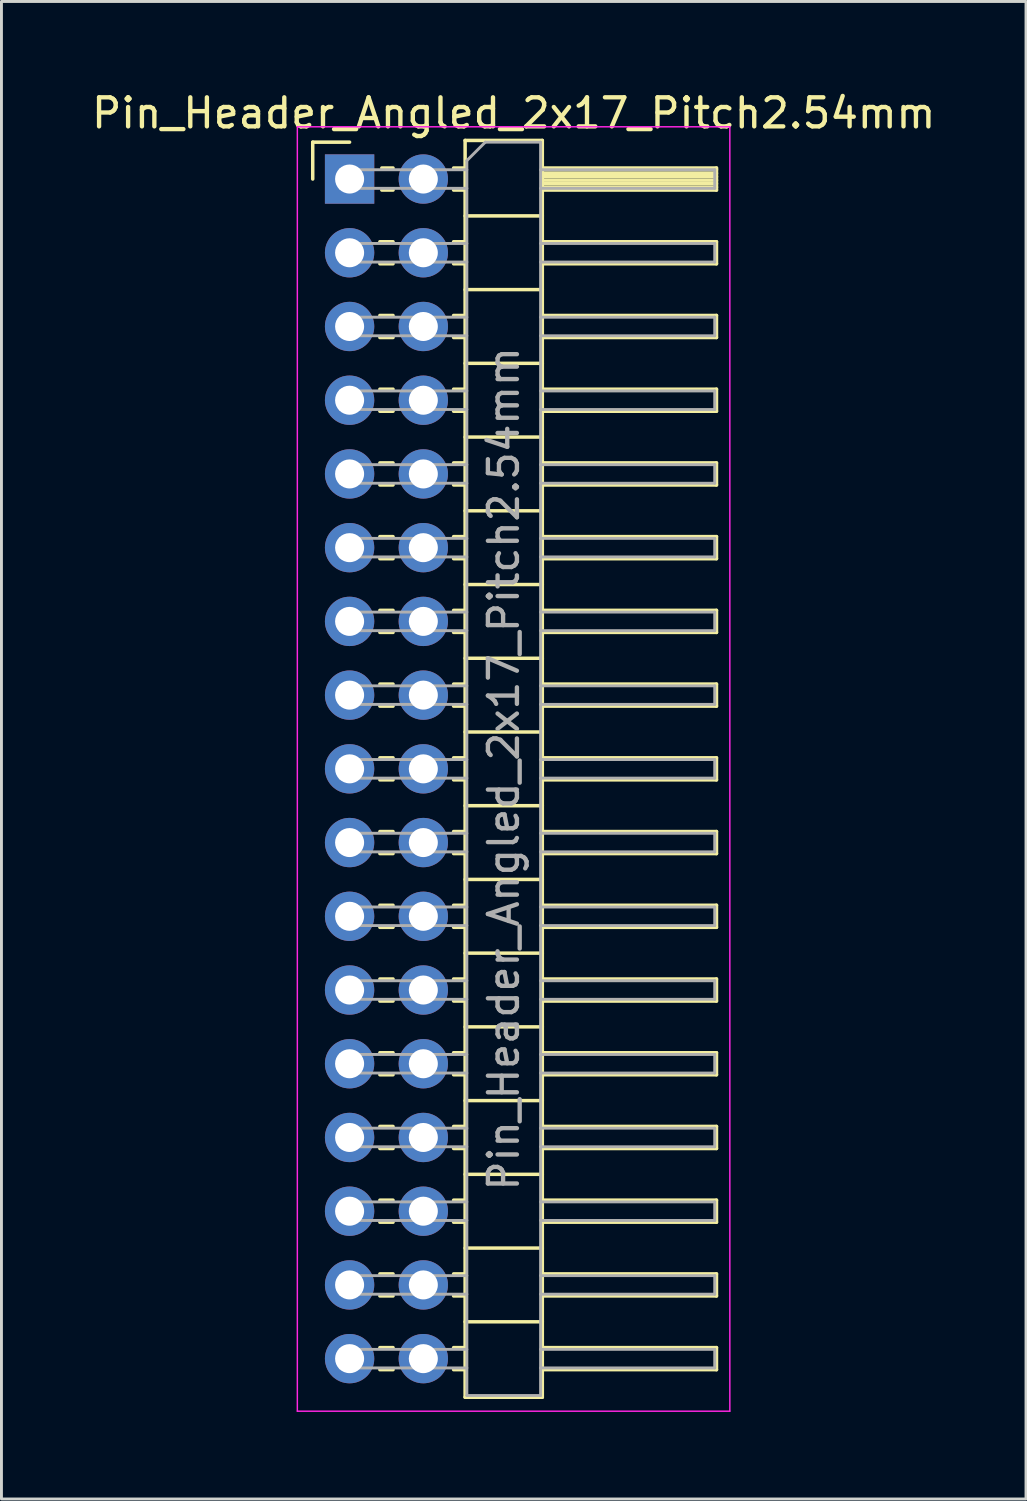
<source format=kicad_pcb>
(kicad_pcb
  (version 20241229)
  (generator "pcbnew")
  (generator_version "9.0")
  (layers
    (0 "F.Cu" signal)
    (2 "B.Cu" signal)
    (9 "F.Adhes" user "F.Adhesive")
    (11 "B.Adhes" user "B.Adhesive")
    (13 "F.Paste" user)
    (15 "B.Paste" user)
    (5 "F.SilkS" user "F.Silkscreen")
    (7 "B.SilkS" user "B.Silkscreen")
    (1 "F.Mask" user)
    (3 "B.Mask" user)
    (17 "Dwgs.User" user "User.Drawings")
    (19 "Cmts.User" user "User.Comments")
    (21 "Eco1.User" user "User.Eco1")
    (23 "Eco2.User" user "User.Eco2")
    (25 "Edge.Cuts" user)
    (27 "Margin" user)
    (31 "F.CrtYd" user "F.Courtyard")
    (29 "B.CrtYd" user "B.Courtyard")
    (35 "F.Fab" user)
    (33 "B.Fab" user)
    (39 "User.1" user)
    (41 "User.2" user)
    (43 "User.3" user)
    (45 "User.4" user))
  (footprint "Pin_Header_Angled_2x17_Pitch2.54mm"
    (layer "F.Cu")
    (at 8.994 3.118)
    (property "Reference" "Pin_Header_Angled_2x17_Pitch2.54mm" (at 5.655 -2.27 0) (layer "F.SilkS") (effects (font (size 1 1) (thickness 0.15))))
    (attr through_hole)
    (fp_line (start -1.27 -1.27) (end 0 -1.27) (stroke (width 0.12) (type solid)) (layer "F.SilkS"))
    (fp_line (start -1.27 0) (end -1.27 -1.27) (stroke (width 0.12) (type solid)) (layer "F.SilkS"))
    (fp_line (start 1.043 2.16) (end 1.497 2.16) (stroke (width 0.12) (type solid)) (layer "F.SilkS"))
    (fp_line (start 1.043 2.92) (end 1.497 2.92) (stroke (width 0.12) (type solid)) (layer "F.SilkS"))
    (fp_line (start 1.043 4.7) (end 1.497 4.7) (stroke (width 0.12) (type solid)) (layer "F.SilkS"))
    (fp_line (start 1.043 5.46) (end 1.497 5.46) (stroke (width 0.12) (type solid)) (layer "F.SilkS"))
    (fp_line (start 1.043 7.24) (end 1.497 7.24) (stroke (width 0.12) (type solid)) (layer "F.SilkS"))
    (fp_line (start 1.043 8) (end 1.497 8) (stroke (width 0.12) (type solid)) (layer "F.SilkS"))
    (fp_line (start 1.043 9.78) (end 1.497 9.78) (stroke (width 0.12) (type solid)) (layer "F.SilkS"))
    (fp_line (start 1.043 10.54) (end 1.497 10.54) (stroke (width 0.12) (type solid)) (layer "F.SilkS"))
    (fp_line (start 1.043 12.32) (end 1.497 12.32) (stroke (width 0.12) (type solid)) (layer "F.SilkS"))
    (fp_line (start 1.043 13.08) (end 1.497 13.08) (stroke (width 0.12) (type solid)) (layer "F.SilkS"))
    (fp_line (start 1.043 14.86) (end 1.497 14.86) (stroke (width 0.12) (type solid)) (layer "F.SilkS"))
    (fp_line (start 1.043 15.62) (end 1.497 15.62) (stroke (width 0.12) (type solid)) (layer "F.SilkS"))
    (fp_line (start 1.043 17.4) (end 1.497 17.4) (stroke (width 0.12) (type solid)) (layer "F.SilkS"))
    (fp_line (start 1.043 18.16) (end 1.497 18.16) (stroke (width 0.12) (type solid)) (layer "F.SilkS"))
    (fp_line (start 1.043 19.94) (end 1.497 19.94) (stroke (width 0.12) (type solid)) (layer "F.SilkS"))
    (fp_line (start 1.043 20.7) (end 1.497 20.7) (stroke (width 0.12) (type solid)) (layer "F.SilkS"))
    (fp_line (start 1.043 22.48) (end 1.497 22.48) (stroke (width 0.12) (type solid)) (layer "F.SilkS"))
    (fp_line (start 1.043 23.24) (end 1.497 23.24) (stroke (width 0.12) (type solid)) (layer "F.SilkS"))
    (fp_line (start 1.043 25.02) (end 1.497 25.02) (stroke (width 0.12) (type solid)) (layer "F.SilkS"))
    (fp_line (start 1.043 25.78) (end 1.497 25.78) (stroke (width 0.12) (type solid)) (layer "F.SilkS"))
    (fp_line (start 1.043 27.56) (end 1.497 27.56) (stroke (width 0.12) (type solid)) (layer "F.SilkS"))
    (fp_line (start 1.043 28.32) (end 1.497 28.32) (stroke (width 0.12) (type solid)) (layer "F.SilkS"))
    (fp_line (start 1.043 30.1) (end 1.497 30.1) (stroke (width 0.12) (type solid)) (layer "F.SilkS"))
    (fp_line (start 1.043 30.86) (end 1.497 30.86) (stroke (width 0.12) (type solid)) (layer "F.SilkS"))
    (fp_line (start 1.043 32.64) (end 1.497 32.64) (stroke (width 0.12) (type solid)) (layer "F.SilkS"))
    (fp_line (start 1.043 33.4) (end 1.497 33.4) (stroke (width 0.12) (type solid)) (layer "F.SilkS"))
    (fp_line (start 1.043 35.18) (end 1.497 35.18) (stroke (width 0.12) (type solid)) (layer "F.SilkS"))
    (fp_line (start 1.043 35.94) (end 1.497 35.94) (stroke (width 0.12) (type solid)) (layer "F.SilkS"))
    (fp_line (start 1.043 37.72) (end 1.497 37.72) (stroke (width 0.12) (type solid)) (layer "F.SilkS"))
    (fp_line (start 1.043 38.48) (end 1.497 38.48) (stroke (width 0.12) (type solid)) (layer "F.SilkS"))
    (fp_line (start 1.043 40.26) (end 1.497 40.26) (stroke (width 0.12) (type solid)) (layer "F.SilkS"))
    (fp_line (start 1.043 41.02) (end 1.497 41.02) (stroke (width 0.12) (type solid)) (layer "F.SilkS"))
    (fp_line (start 1.11 -0.38) (end 1.497 -0.38) (stroke (width 0.12) (type solid)) (layer "F.SilkS"))
    (fp_line (start 1.11 0.38) (end 1.497 0.38) (stroke (width 0.12) (type solid)) (layer "F.SilkS"))
    (fp_line (start 3.583 -0.38) (end 3.98 -0.38) (stroke (width 0.12) (type solid)) (layer "F.SilkS"))
    (fp_line (start 3.583 0.38) (end 3.98 0.38) (stroke (width 0.12) (type solid)) (layer "F.SilkS"))
    (fp_line (start 3.583 2.16) (end 3.98 2.16) (stroke (width 0.12) (type solid)) (layer "F.SilkS"))
    (fp_line (start 3.583 2.92) (end 3.98 2.92) (stroke (width 0.12) (type solid)) (layer "F.SilkS"))
    (fp_line (start 3.583 4.7) (end 3.98 4.7) (stroke (width 0.12) (type solid)) (layer "F.SilkS"))
    (fp_line (start 3.583 5.46) (end 3.98 5.46) (stroke (width 0.12) (type solid)) (layer "F.SilkS"))
    (fp_line (start 3.583 7.24) (end 3.98 7.24) (stroke (width 0.12) (type solid)) (layer "F.SilkS"))
    (fp_line (start 3.583 8) (end 3.98 8) (stroke (width 0.12) (type solid)) (layer "F.SilkS"))
    (fp_line (start 3.583 9.78) (end 3.98 9.78) (stroke (width 0.12) (type solid)) (layer "F.SilkS"))
    (fp_line (start 3.583 10.54) (end 3.98 10.54) (stroke (width 0.12) (type solid)) (layer "F.SilkS"))
    (fp_line (start 3.583 12.32) (end 3.98 12.32) (stroke (width 0.12) (type solid)) (layer "F.SilkS"))
    (fp_line (start 3.583 13.08) (end 3.98 13.08) (stroke (width 0.12) (type solid)) (layer "F.SilkS"))
    (fp_line (start 3.583 14.86) (end 3.98 14.86) (stroke (width 0.12) (type solid)) (layer "F.SilkS"))
    (fp_line (start 3.583 15.62) (end 3.98 15.62) (stroke (width 0.12) (type solid)) (layer "F.SilkS"))
    (fp_line (start 3.583 17.4) (end 3.98 17.4) (stroke (width 0.12) (type solid)) (layer "F.SilkS"))
    (fp_line (start 3.583 18.16) (end 3.98 18.16) (stroke (width 0.12) (type solid)) (layer "F.SilkS"))
    (fp_line (start 3.583 19.94) (end 3.98 19.94) (stroke (width 0.12) (type solid)) (layer "F.SilkS"))
    (fp_line (start 3.583 20.7) (end 3.98 20.7) (stroke (width 0.12) (type solid)) (layer "F.SilkS"))
    (fp_line (start 3.583 22.48) (end 3.98 22.48) (stroke (width 0.12) (type solid)) (layer "F.SilkS"))
    (fp_line (start 3.583 23.24) (end 3.98 23.24) (stroke (width 0.12) (type solid)) (layer "F.SilkS"))
    (fp_line (start 3.583 25.02) (end 3.98 25.02) (stroke (width 0.12) (type solid)) (layer "F.SilkS"))
    (fp_line (start 3.583 25.78) (end 3.98 25.78) (stroke (width 0.12) (type solid)) (layer "F.SilkS"))
    (fp_line (start 3.583 27.56) (end 3.98 27.56) (stroke (width 0.12) (type solid)) (layer "F.SilkS"))
    (fp_line (start 3.583 28.32) (end 3.98 28.32) (stroke (width 0.12) (type solid)) (layer "F.SilkS"))
    (fp_line (start 3.583 30.1) (end 3.98 30.1) (stroke (width 0.12) (type solid)) (layer "F.SilkS"))
    (fp_line (start 3.583 30.86) (end 3.98 30.86) (stroke (width 0.12) (type solid)) (layer "F.SilkS"))
    (fp_line (start 3.583 32.64) (end 3.98 32.64) (stroke (width 0.12) (type solid)) (layer "F.SilkS"))
    (fp_line (start 3.583 33.4) (end 3.98 33.4) (stroke (width 0.12) (type solid)) (layer "F.SilkS"))
    (fp_line (start 3.583 35.18) (end 3.98 35.18) (stroke (width 0.12) (type solid)) (layer "F.SilkS"))
    (fp_line (start 3.583 35.94) (end 3.98 35.94) (stroke (width 0.12) (type solid)) (layer "F.SilkS"))
    (fp_line (start 3.583 37.72) (end 3.98 37.72) (stroke (width 0.12) (type solid)) (layer "F.SilkS"))
    (fp_line (start 3.583 38.48) (end 3.98 38.48) (stroke (width 0.12) (type solid)) (layer "F.SilkS"))
    (fp_line (start 3.583 40.26) (end 3.98 40.26) (stroke (width 0.12) (type solid)) (layer "F.SilkS"))
    (fp_line (start 3.583 41.02) (end 3.98 41.02) (stroke (width 0.12) (type solid)) (layer "F.SilkS"))
    (fp_line (start 3.98 -1.33) (end 3.98 41.97) (stroke (width 0.12) (type solid)) (layer "F.SilkS"))
    (fp_line (start 3.98 1.27) (end 6.64 1.27) (stroke (width 0.12) (type solid)) (layer "F.SilkS"))
    (fp_line (start 3.98 3.81) (end 6.64 3.81) (stroke (width 0.12) (type solid)) (layer "F.SilkS"))
    (fp_line (start 3.98 6.35) (end 6.64 6.35) (stroke (width 0.12) (type solid)) (layer "F.SilkS"))
    (fp_line (start 3.98 8.89) (end 6.64 8.89) (stroke (width 0.12) (type solid)) (layer "F.SilkS"))
    (fp_line (start 3.98 11.43) (end 6.64 11.43) (stroke (width 0.12) (type solid)) (layer "F.SilkS"))
    (fp_line (start 3.98 13.97) (end 6.64 13.97) (stroke (width 0.12) (type solid)) (layer "F.SilkS"))
    (fp_line (start 3.98 16.51) (end 6.64 16.51) (stroke (width 0.12) (type solid)) (layer "F.SilkS"))
    (fp_line (start 3.98 19.05) (end 6.64 19.05) (stroke (width 0.12) (type solid)) (layer "F.SilkS"))
    (fp_line (start 3.98 21.59) (end 6.64 21.59) (stroke (width 0.12) (type solid)) (layer "F.SilkS"))
    (fp_line (start 3.98 24.13) (end 6.64 24.13) (stroke (width 0.12) (type solid)) (layer "F.SilkS"))
    (fp_line (start 3.98 26.67) (end 6.64 26.67) (stroke (width 0.12) (type solid)) (layer "F.SilkS"))
    (fp_line (start 3.98 29.21) (end 6.64 29.21) (stroke (width 0.12) (type solid)) (layer "F.SilkS"))
    (fp_line (start 3.98 31.75) (end 6.64 31.75) (stroke (width 0.12) (type solid)) (layer "F.SilkS"))
    (fp_line (start 3.98 34.29) (end 6.64 34.29) (stroke (width 0.12) (type solid)) (layer "F.SilkS"))
    (fp_line (start 3.98 36.83) (end 6.64 36.83) (stroke (width 0.12) (type solid)) (layer "F.SilkS"))
    (fp_line (start 3.98 39.37) (end 6.64 39.37) (stroke (width 0.12) (type solid)) (layer "F.SilkS"))
    (fp_line (start 3.98 41.97) (end 6.64 41.97) (stroke (width 0.12) (type solid)) (layer "F.SilkS"))
    (fp_line (start 6.64 -1.33) (end 3.98 -1.33) (stroke (width 0.12) (type solid)) (layer "F.SilkS"))
    (fp_line (start 6.64 -0.38) (end 12.64 -0.38) (stroke (width 0.12) (type solid)) (layer "F.SilkS"))
    (fp_line (start 6.64 -0.32) (end 12.64 -0.32) (stroke (width 0.12) (type solid)) (layer "F.SilkS"))
    (fp_line (start 6.64 -0.2) (end 12.64 -0.2) (stroke (width 0.12) (type solid)) (layer "F.SilkS"))
    (fp_line (start 6.64 -0.08) (end 12.64 -0.08) (stroke (width 0.12) (type solid)) (layer "F.SilkS"))
    (fp_line (start 6.64 0.04) (end 12.64 0.04) (stroke (width 0.12) (type solid)) (layer "F.SilkS"))
    (fp_line (start 6.64 0.16) (end 12.64 0.16) (stroke (width 0.12) (type solid)) (layer "F.SilkS"))
    (fp_line (start 6.64 0.28) (end 12.64 0.28) (stroke (width 0.12) (type solid)) (layer "F.SilkS"))
    (fp_line (start 6.64 2.16) (end 12.64 2.16) (stroke (width 0.12) (type solid)) (layer "F.SilkS"))
    (fp_line (start 6.64 4.7) (end 12.64 4.7) (stroke (width 0.12) (type solid)) (layer "F.SilkS"))
    (fp_line (start 6.64 7.24) (end 12.64 7.24) (stroke (width 0.12) (type solid)) (layer "F.SilkS"))
    (fp_line (start 6.64 9.78) (end 12.64 9.78) (stroke (width 0.12) (type solid)) (layer "F.SilkS"))
    (fp_line (start 6.64 12.32) (end 12.64 12.32) (stroke (width 0.12) (type solid)) (layer "F.SilkS"))
    (fp_line (start 6.64 14.86) (end 12.64 14.86) (stroke (width 0.12) (type solid)) (layer "F.SilkS"))
    (fp_line (start 6.64 17.4) (end 12.64 17.4) (stroke (width 0.12) (type solid)) (layer "F.SilkS"))
    (fp_line (start 6.64 19.94) (end 12.64 19.94) (stroke (width 0.12) (type solid)) (layer "F.SilkS"))
    (fp_line (start 6.64 22.48) (end 12.64 22.48) (stroke (width 0.12) (type solid)) (layer "F.SilkS"))
    (fp_line (start 6.64 25.02) (end 12.64 25.02) (stroke (width 0.12) (type solid)) (layer "F.SilkS"))
    (fp_line (start 6.64 27.56) (end 12.64 27.56) (stroke (width 0.12) (type solid)) (layer "F.SilkS"))
    (fp_line (start 6.64 30.1) (end 12.64 30.1) (stroke (width 0.12) (type solid)) (layer "F.SilkS"))
    (fp_line (start 6.64 32.64) (end 12.64 32.64) (stroke (width 0.12) (type solid)) (layer "F.SilkS"))
    (fp_line (start 6.64 35.18) (end 12.64 35.18) (stroke (width 0.12) (type solid)) (layer "F.SilkS"))
    (fp_line (start 6.64 37.72) (end 12.64 37.72) (stroke (width 0.12) (type solid)) (layer "F.SilkS"))
    (fp_line (start 6.64 40.26) (end 12.64 40.26) (stroke (width 0.12) (type solid)) (layer "F.SilkS"))
    (fp_line (start 6.64 41.97) (end 6.64 -1.33) (stroke (width 0.12) (type solid)) (layer "F.SilkS"))
    (fp_line (start 12.64 -0.38) (end 12.64 0.38) (stroke (width 0.12) (type solid)) (layer "F.SilkS"))
    (fp_line (start 12.64 0.38) (end 6.64 0.38) (stroke (width 0.12) (type solid)) (layer "F.SilkS"))
    (fp_line (start 12.64 2.16) (end 12.64 2.92) (stroke (width 0.12) (type solid)) (layer "F.SilkS"))
    (fp_line (start 12.64 2.92) (end 6.64 2.92) (stroke (width 0.12) (type solid)) (layer "F.SilkS"))
    (fp_line (start 12.64 4.7) (end 12.64 5.46) (stroke (width 0.12) (type solid)) (layer "F.SilkS"))
    (fp_line (start 12.64 5.46) (end 6.64 5.46) (stroke (width 0.12) (type solid)) (layer "F.SilkS"))
    (fp_line (start 12.64 7.24) (end 12.64 8) (stroke (width 0.12) (type solid)) (layer "F.SilkS"))
    (fp_line (start 12.64 8) (end 6.64 8) (stroke (width 0.12) (type solid)) (layer "F.SilkS"))
    (fp_line (start 12.64 9.78) (end 12.64 10.54) (stroke (width 0.12) (type solid)) (layer "F.SilkS"))
    (fp_line (start 12.64 10.54) (end 6.64 10.54) (stroke (width 0.12) (type solid)) (layer "F.SilkS"))
    (fp_line (start 12.64 12.32) (end 12.64 13.08) (stroke (width 0.12) (type solid)) (layer "F.SilkS"))
    (fp_line (start 12.64 13.08) (end 6.64 13.08) (stroke (width 0.12) (type solid)) (layer "F.SilkS"))
    (fp_line (start 12.64 14.86) (end 12.64 15.62) (stroke (width 0.12) (type solid)) (layer "F.SilkS"))
    (fp_line (start 12.64 15.62) (end 6.64 15.62) (stroke (width 0.12) (type solid)) (layer "F.SilkS"))
    (fp_line (start 12.64 17.4) (end 12.64 18.16) (stroke (width 0.12) (type solid)) (layer "F.SilkS"))
    (fp_line (start 12.64 18.16) (end 6.64 18.16) (stroke (width 0.12) (type solid)) (layer "F.SilkS"))
    (fp_line (start 12.64 19.94) (end 12.64 20.7) (stroke (width 0.12) (type solid)) (layer "F.SilkS"))
    (fp_line (start 12.64 20.7) (end 6.64 20.7) (stroke (width 0.12) (type solid)) (layer "F.SilkS"))
    (fp_line (start 12.64 22.48) (end 12.64 23.24) (stroke (width 0.12) (type solid)) (layer "F.SilkS"))
    (fp_line (start 12.64 23.24) (end 6.64 23.24) (stroke (width 0.12) (type solid)) (layer "F.SilkS"))
    (fp_line (start 12.64 25.02) (end 12.64 25.78) (stroke (width 0.12) (type solid)) (layer "F.SilkS"))
    (fp_line (start 12.64 25.78) (end 6.64 25.78) (stroke (width 0.12) (type solid)) (layer "F.SilkS"))
    (fp_line (start 12.64 27.56) (end 12.64 28.32) (stroke (width 0.12) (type solid)) (layer "F.SilkS"))
    (fp_line (start 12.64 28.32) (end 6.64 28.32) (stroke (width 0.12) (type solid)) (layer "F.SilkS"))
    (fp_line (start 12.64 30.1) (end 12.64 30.86) (stroke (width 0.12) (type solid)) (layer "F.SilkS"))
    (fp_line (start 12.64 30.86) (end 6.64 30.86) (stroke (width 0.12) (type solid)) (layer "F.SilkS"))
    (fp_line (start 12.64 32.64) (end 12.64 33.4) (stroke (width 0.12) (type solid)) (layer "F.SilkS"))
    (fp_line (start 12.64 33.4) (end 6.64 33.4) (stroke (width 0.12) (type solid)) (layer "F.SilkS"))
    (fp_line (start 12.64 35.18) (end 12.64 35.94) (stroke (width 0.12) (type solid)) (layer "F.SilkS"))
    (fp_line (start 12.64 35.94) (end 6.64 35.94) (stroke (width 0.12) (type solid)) (layer "F.SilkS"))
    (fp_line (start 12.64 37.72) (end 12.64 38.48) (stroke (width 0.12) (type solid)) (layer "F.SilkS"))
    (fp_line (start 12.64 38.48) (end 6.64 38.48) (stroke (width 0.12) (type solid)) (layer "F.SilkS"))
    (fp_line (start 12.64 40.26) (end 12.64 41.02) (stroke (width 0.12) (type solid)) (layer "F.SilkS"))
    (fp_line (start 12.64 41.02) (end 6.64 41.02) (stroke (width 0.12) (type solid)) (layer "F.SilkS"))
    (fp_line (start -1.8 -1.8) (end -1.8 42.45) (stroke (width 0.05) (type solid)) (layer "F.CrtYd"))
    (fp_line (start -1.8 42.45) (end 13.1 42.45) (stroke (width 0.05) (type solid)) (layer "F.CrtYd"))
    (fp_line (start 13.1 -1.8) (end -1.8 -1.8) (stroke (width 0.05) (type solid)) (layer "F.CrtYd"))
    (fp_line (start 13.1 42.45) (end 13.1 -1.8) (stroke (width 0.05) (type solid)) (layer "F.CrtYd"))
    (fp_line (start -0.32 -0.32) (end -0.32 0.32) (stroke (width 0.1) (type solid)) (layer "F.Fab"))
    (fp_line (start -0.32 -0.32) (end 4.04 -0.32) (stroke (width 0.1) (type solid)) (layer "F.Fab"))
    (fp_line (start -0.32 0.32) (end 4.04 0.32) (stroke (width 0.1) (type solid)) (layer "F.Fab"))
    (fp_line (start -0.32 2.22) (end -0.32 2.86) (stroke (width 0.1) (type solid)) (layer "F.Fab"))
    (fp_line (start -0.32 2.22) (end 4.04 2.22) (stroke (width 0.1) (type solid)) (layer "F.Fab"))
    (fp_line (start -0.32 2.86) (end 4.04 2.86) (stroke (width 0.1) (type solid)) (layer "F.Fab"))
    (fp_line (start -0.32 4.76) (end -0.32 5.4) (stroke (width 0.1) (type solid)) (layer "F.Fab"))
    (fp_line (start -0.32 4.76) (end 4.04 4.76) (stroke (width 0.1) (type solid)) (layer "F.Fab"))
    (fp_line (start -0.32 5.4) (end 4.04 5.4) (stroke (width 0.1) (type solid)) (layer "F.Fab"))
    (fp_line (start -0.32 7.3) (end -0.32 7.94) (stroke (width 0.1) (type solid)) (layer "F.Fab"))
    (fp_line (start -0.32 7.3) (end 4.04 7.3) (stroke (width 0.1) (type solid)) (layer "F.Fab"))
    (fp_line (start -0.32 7.94) (end 4.04 7.94) (stroke (width 0.1) (type solid)) (layer "F.Fab"))
    (fp_line (start -0.32 9.84) (end -0.32 10.48) (stroke (width 0.1) (type solid)) (layer "F.Fab"))
    (fp_line (start -0.32 9.84) (end 4.04 9.84) (stroke (width 0.1) (type solid)) (layer "F.Fab"))
    (fp_line (start -0.32 10.48) (end 4.04 10.48) (stroke (width 0.1) (type solid)) (layer "F.Fab"))
    (fp_line (start -0.32 12.38) (end -0.32 13.02) (stroke (width 0.1) (type solid)) (layer "F.Fab"))
    (fp_line (start -0.32 12.38) (end 4.04 12.38) (stroke (width 0.1) (type solid)) (layer "F.Fab"))
    (fp_line (start -0.32 13.02) (end 4.04 13.02) (stroke (width 0.1) (type solid)) (layer "F.Fab"))
    (fp_line (start -0.32 14.92) (end -0.32 15.56) (stroke (width 0.1) (type solid)) (layer "F.Fab"))
    (fp_line (start -0.32 14.92) (end 4.04 14.92) (stroke (width 0.1) (type solid)) (layer "F.Fab"))
    (fp_line (start -0.32 15.56) (end 4.04 15.56) (stroke (width 0.1) (type solid)) (layer "F.Fab"))
    (fp_line (start -0.32 17.46) (end -0.32 18.1) (stroke (width 0.1) (type solid)) (layer "F.Fab"))
    (fp_line (start -0.32 17.46) (end 4.04 17.46) (stroke (width 0.1) (type solid)) (layer "F.Fab"))
    (fp_line (start -0.32 18.1) (end 4.04 18.1) (stroke (width 0.1) (type solid)) (layer "F.Fab"))
    (fp_line (start -0.32 20) (end -0.32 20.64) (stroke (width 0.1) (type solid)) (layer "F.Fab"))
    (fp_line (start -0.32 20) (end 4.04 20) (stroke (width 0.1) (type solid)) (layer "F.Fab"))
    (fp_line (start -0.32 20.64) (end 4.04 20.64) (stroke (width 0.1) (type solid)) (layer "F.Fab"))
    (fp_line (start -0.32 22.54) (end -0.32 23.18) (stroke (width 0.1) (type solid)) (layer "F.Fab"))
    (fp_line (start -0.32 22.54) (end 4.04 22.54) (stroke (width 0.1) (type solid)) (layer "F.Fab"))
    (fp_line (start -0.32 23.18) (end 4.04 23.18) (stroke (width 0.1) (type solid)) (layer "F.Fab"))
    (fp_line (start -0.32 25.08) (end -0.32 25.72) (stroke (width 0.1) (type solid)) (layer "F.Fab"))
    (fp_line (start -0.32 25.08) (end 4.04 25.08) (stroke (width 0.1) (type solid)) (layer "F.Fab"))
    (fp_line (start -0.32 25.72) (end 4.04 25.72) (stroke (width 0.1) (type solid)) (layer "F.Fab"))
    (fp_line (start -0.32 27.62) (end -0.32 28.26) (stroke (width 0.1) (type solid)) (layer "F.Fab"))
    (fp_line (start -0.32 27.62) (end 4.04 27.62) (stroke (width 0.1) (type solid)) (layer "F.Fab"))
    (fp_line (start -0.32 28.26) (end 4.04 28.26) (stroke (width 0.1) (type solid)) (layer "F.Fab"))
    (fp_line (start -0.32 30.16) (end -0.32 30.8) (stroke (width 0.1) (type solid)) (layer "F.Fab"))
    (fp_line (start -0.32 30.16) (end 4.04 30.16) (stroke (width 0.1) (type solid)) (layer "F.Fab"))
    (fp_line (start -0.32 30.8) (end 4.04 30.8) (stroke (width 0.1) (type solid)) (layer "F.Fab"))
    (fp_line (start -0.32 32.7) (end -0.32 33.34) (stroke (width 0.1) (type solid)) (layer "F.Fab"))
    (fp_line (start -0.32 32.7) (end 4.04 32.7) (stroke (width 0.1) (type solid)) (layer "F.Fab"))
    (fp_line (start -0.32 33.34) (end 4.04 33.34) (stroke (width 0.1) (type solid)) (layer "F.Fab"))
    (fp_line (start -0.32 35.24) (end -0.32 35.88) (stroke (width 0.1) (type solid)) (layer "F.Fab"))
    (fp_line (start -0.32 35.24) (end 4.04 35.24) (stroke (width 0.1) (type solid)) (layer "F.Fab"))
    (fp_line (start -0.32 35.88) (end 4.04 35.88) (stroke (width 0.1) (type solid)) (layer "F.Fab"))
    (fp_line (start -0.32 37.78) (end -0.32 38.42) (stroke (width 0.1) (type solid)) (layer "F.Fab"))
    (fp_line (start -0.32 37.78) (end 4.04 37.78) (stroke (width 0.1) (type solid)) (layer "F.Fab"))
    (fp_line (start -0.32 38.42) (end 4.04 38.42) (stroke (width 0.1) (type solid)) (layer "F.Fab"))
    (fp_line (start -0.32 40.32) (end -0.32 40.96) (stroke (width 0.1) (type solid)) (layer "F.Fab"))
    (fp_line (start -0.32 40.32) (end 4.04 40.32) (stroke (width 0.1) (type solid)) (layer "F.Fab"))
    (fp_line (start -0.32 40.96) (end 4.04 40.96) (stroke (width 0.1) (type solid)) (layer "F.Fab"))
    (fp_line (start 4.04 -0.635) (end 4.675 -1.27) (stroke (width 0.1) (type solid)) (layer "F.Fab"))
    (fp_line (start 4.04 41.91) (end 4.04 -0.635) (stroke (width 0.1) (type solid)) (layer "F.Fab"))
    (fp_line (start 4.675 -1.27) (end 6.58 -1.27) (stroke (width 0.1) (type solid)) (layer "F.Fab"))
    (fp_line (start 6.58 -1.27) (end 6.58 41.91) (stroke (width 0.1) (type solid)) (layer "F.Fab"))
    (fp_line (start 6.58 -0.32) (end 12.58 -0.32) (stroke (width 0.1) (type solid)) (layer "F.Fab"))
    (fp_line (start 6.58 0.32) (end 12.58 0.32) (stroke (width 0.1) (type solid)) (layer "F.Fab"))
    (fp_line (start 6.58 2.22) (end 12.58 2.22) (stroke (width 0.1) (type solid)) (layer "F.Fab"))
    (fp_line (start 6.58 2.86) (end 12.58 2.86) (stroke (width 0.1) (type solid)) (layer "F.Fab"))
    (fp_line (start 6.58 4.76) (end 12.58 4.76) (stroke (width 0.1) (type solid)) (layer "F.Fab"))
    (fp_line (start 6.58 5.4) (end 12.58 5.4) (stroke (width 0.1) (type solid)) (layer "F.Fab"))
    (fp_line (start 6.58 7.3) (end 12.58 7.3) (stroke (width 0.1) (type solid)) (layer "F.Fab"))
    (fp_line (start 6.58 7.94) (end 12.58 7.94) (stroke (width 0.1) (type solid)) (layer "F.Fab"))
    (fp_line (start 6.58 9.84) (end 12.58 9.84) (stroke (width 0.1) (type solid)) (layer "F.Fab"))
    (fp_line (start 6.58 10.48) (end 12.58 10.48) (stroke (width 0.1) (type solid)) (layer "F.Fab"))
    (fp_line (start 6.58 12.38) (end 12.58 12.38) (stroke (width 0.1) (type solid)) (layer "F.Fab"))
    (fp_line (start 6.58 13.02) (end 12.58 13.02) (stroke (width 0.1) (type solid)) (layer "F.Fab"))
    (fp_line (start 6.58 14.92) (end 12.58 14.92) (stroke (width 0.1) (type solid)) (layer "F.Fab"))
    (fp_line (start 6.58 15.56) (end 12.58 15.56) (stroke (width 0.1) (type solid)) (layer "F.Fab"))
    (fp_line (start 6.58 17.46) (end 12.58 17.46) (stroke (width 0.1) (type solid)) (layer "F.Fab"))
    (fp_line (start 6.58 18.1) (end 12.58 18.1) (stroke (width 0.1) (type solid)) (layer "F.Fab"))
    (fp_line (start 6.58 20) (end 12.58 20) (stroke (width 0.1) (type solid)) (layer "F.Fab"))
    (fp_line (start 6.58 20.64) (end 12.58 20.64) (stroke (width 0.1) (type solid)) (layer "F.Fab"))
    (fp_line (start 6.58 22.54) (end 12.58 22.54) (stroke (width 0.1) (type solid)) (layer "F.Fab"))
    (fp_line (start 6.58 23.18) (end 12.58 23.18) (stroke (width 0.1) (type solid)) (layer "F.Fab"))
    (fp_line (start 6.58 25.08) (end 12.58 25.08) (stroke (width 0.1) (type solid)) (layer "F.Fab"))
    (fp_line (start 6.58 25.72) (end 12.58 25.72) (stroke (width 0.1) (type solid)) (layer "F.Fab"))
    (fp_line (start 6.58 27.62) (end 12.58 27.62) (stroke (width 0.1) (type solid)) (layer "F.Fab"))
    (fp_line (start 6.58 28.26) (end 12.58 28.26) (stroke (width 0.1) (type solid)) (layer "F.Fab"))
    (fp_line (start 6.58 30.16) (end 12.58 30.16) (stroke (width 0.1) (type solid)) (layer "F.Fab"))
    (fp_line (start 6.58 30.8) (end 12.58 30.8) (stroke (width 0.1) (type solid)) (layer "F.Fab"))
    (fp_line (start 6.58 32.7) (end 12.58 32.7) (stroke (width 0.1) (type solid)) (layer "F.Fab"))
    (fp_line (start 6.58 33.34) (end 12.58 33.34) (stroke (width 0.1) (type solid)) (layer "F.Fab"))
    (fp_line (start 6.58 35.24) (end 12.58 35.24) (stroke (width 0.1) (type solid)) (layer "F.Fab"))
    (fp_line (start 6.58 35.88) (end 12.58 35.88) (stroke (width 0.1) (type solid)) (layer "F.Fab"))
    (fp_line (start 6.58 37.78) (end 12.58 37.78) (stroke (width 0.1) (type solid)) (layer "F.Fab"))
    (fp_line (start 6.58 38.42) (end 12.58 38.42) (stroke (width 0.1) (type solid)) (layer "F.Fab"))
    (fp_line (start 6.58 40.32) (end 12.58 40.32) (stroke (width 0.1) (type solid)) (layer "F.Fab"))
    (fp_line (start 6.58 40.96) (end 12.58 40.96) (stroke (width 0.1) (type solid)) (layer "F.Fab"))
    (fp_line (start 6.58 41.91) (end 4.04 41.91) (stroke (width 0.1) (type solid)) (layer "F.Fab"))
    (fp_line (start 12.58 -0.32) (end 12.58 0.32) (stroke (width 0.1) (type solid)) (layer "F.Fab"))
    (fp_line (start 12.58 2.22) (end 12.58 2.86) (stroke (width 0.1) (type solid)) (layer "F.Fab"))
    (fp_line (start 12.58 4.76) (end 12.58 5.4) (stroke (width 0.1) (type solid)) (layer "F.Fab"))
    (fp_line (start 12.58 7.3) (end 12.58 7.94) (stroke (width 0.1) (type solid)) (layer "F.Fab"))
    (fp_line (start 12.58 9.84) (end 12.58 10.48) (stroke (width 0.1) (type solid)) (layer "F.Fab"))
    (fp_line (start 12.58 12.38) (end 12.58 13.02) (stroke (width 0.1) (type solid)) (layer "F.Fab"))
    (fp_line (start 12.58 14.92) (end 12.58 15.56) (stroke (width 0.1) (type solid)) (layer "F.Fab"))
    (fp_line (start 12.58 17.46) (end 12.58 18.1) (stroke (width 0.1) (type solid)) (layer "F.Fab"))
    (fp_line (start 12.58 20) (end 12.58 20.64) (stroke (width 0.1) (type solid)) (layer "F.Fab"))
    (fp_line (start 12.58 22.54) (end 12.58 23.18) (stroke (width 0.1) (type solid)) (layer "F.Fab"))
    (fp_line (start 12.58 25.08) (end 12.58 25.72) (stroke (width 0.1) (type solid)) (layer "F.Fab"))
    (fp_line (start 12.58 27.62) (end 12.58 28.26) (stroke (width 0.1) (type solid)) (layer "F.Fab"))
    (fp_line (start 12.58 30.16) (end 12.58 30.8) (stroke (width 0.1) (type solid)) (layer "F.Fab"))
    (fp_line (start 12.58 32.7) (end 12.58 33.34) (stroke (width 0.1) (type solid)) (layer "F.Fab"))
    (fp_line (start 12.58 35.24) (end 12.58 35.88) (stroke (width 0.1) (type solid)) (layer "F.Fab"))
    (fp_line (start 12.58 37.78) (end 12.58 38.42) (stroke (width 0.1) (type solid)) (layer "F.Fab"))
    (fp_line (start 12.58 40.32) (end 12.58 40.96) (stroke (width 0.1) (type solid)) (layer "F.Fab"))
    (fp_text user "${REFERENCE}" (at 5.31 20.32 90) (layer "F.Fab") (effects (font (size 1 1) (thickness 0.15))))
    (pad "1" thru_hole rect (at 0 0) (size 1.7 1.7) (drill 1) (layers "*.Cu" "*.Mask"))
    (pad "2" thru_hole oval (at 2.54 0) (size 1.7 1.7) (drill 1) (layers "*.Cu" "*.Mask"))
    (pad "3" thru_hole oval (at 0 2.54) (size 1.7 1.7) (drill 1) (layers "*.Cu" "*.Mask"))
    (pad "4" thru_hole oval (at 2.54 2.54) (size 1.7 1.7) (drill 1) (layers "*.Cu" "*.Mask"))
    (pad "5" thru_hole oval (at 0 5.08) (size 1.7 1.7) (drill 1) (layers "*.Cu" "*.Mask"))
    (pad "6" thru_hole oval (at 2.54 5.08) (size 1.7 1.7) (drill 1) (layers "*.Cu" "*.Mask"))
    (pad "7" thru_hole oval (at 0 7.62) (size 1.7 1.7) (drill 1) (layers "*.Cu" "*.Mask"))
    (pad "8" thru_hole oval (at 2.54 7.62) (size 1.7 1.7) (drill 1) (layers "*.Cu" "*.Mask"))
    (pad "9" thru_hole oval (at 0 10.16) (size 1.7 1.7) (drill 1) (layers "*.Cu" "*.Mask"))
    (pad "10" thru_hole oval (at 2.54 10.16) (size 1.7 1.7) (drill 1) (layers "*.Cu" "*.Mask"))
    (pad "11" thru_hole oval (at 0 12.7) (size 1.7 1.7) (drill 1) (layers "*.Cu" "*.Mask"))
    (pad "12" thru_hole oval (at 2.54 12.7) (size 1.7 1.7) (drill 1) (layers "*.Cu" "*.Mask"))
    (pad "13" thru_hole oval (at 0 15.24) (size 1.7 1.7) (drill 1) (layers "*.Cu" "*.Mask"))
    (pad "14" thru_hole oval (at 2.54 15.24) (size 1.7 1.7) (drill 1) (layers "*.Cu" "*.Mask"))
    (pad "15" thru_hole oval (at 0 17.78) (size 1.7 1.7) (drill 1) (layers "*.Cu" "*.Mask"))
    (pad "16" thru_hole oval (at 2.54 17.78) (size 1.7 1.7) (drill 1) (layers "*.Cu" "*.Mask"))
    (pad "17" thru_hole oval (at 0 20.32) (size 1.7 1.7) (drill 1) (layers "*.Cu" "*.Mask"))
    (pad "18" thru_hole oval (at 2.54 20.32) (size 1.7 1.7) (drill 1) (layers "*.Cu" "*.Mask"))
    (pad "19" thru_hole oval (at 0 22.86) (size 1.7 1.7) (drill 1) (layers "*.Cu" "*.Mask"))
    (pad "20" thru_hole oval (at 2.54 22.86) (size 1.7 1.7) (drill 1) (layers "*.Cu" "*.Mask"))
    (pad "21" thru_hole oval (at 0 25.4) (size 1.7 1.7) (drill 1) (layers "*.Cu" "*.Mask"))
    (pad "22" thru_hole oval (at 2.54 25.4) (size 1.7 1.7) (drill 1) (layers "*.Cu" "*.Mask"))
    (pad "23" thru_hole oval (at 0 27.94) (size 1.7 1.7) (drill 1) (layers "*.Cu" "*.Mask"))
    (pad "24" thru_hole oval (at 2.54 27.94) (size 1.7 1.7) (drill 1) (layers "*.Cu" "*.Mask"))
    (pad "25" thru_hole oval (at 0 30.48) (size 1.7 1.7) (drill 1) (layers "*.Cu" "*.Mask"))
    (pad "26" thru_hole oval (at 2.54 30.48) (size 1.7 1.7) (drill 1) (layers "*.Cu" "*.Mask"))
    (pad "27" thru_hole oval (at 0 33.02) (size 1.7 1.7) (drill 1) (layers "*.Cu" "*.Mask"))
    (pad "28" thru_hole oval (at 2.54 33.02) (size 1.7 1.7) (drill 1) (layers "*.Cu" "*.Mask"))
    (pad "29" thru_hole oval (at 0 35.56) (size 1.7 1.7) (drill 1) (layers "*.Cu" "*.Mask"))
    (pad "30" thru_hole oval (at 2.54 35.56) (size 1.7 1.7) (drill 1) (layers "*.Cu" "*.Mask"))
    (pad "31" thru_hole oval (at 0 38.1) (size 1.7 1.7) (drill 1) (layers "*.Cu" "*.Mask"))
    (pad "32" thru_hole oval (at 2.54 38.1) (size 1.7 1.7) (drill 1) (layers "*.Cu" "*.Mask"))
    (pad "33" thru_hole oval (at 0 40.64) (size 1.7 1.7) (drill 1) (layers "*.Cu" "*.Mask"))
    (pad "34" thru_hole oval (at 2.54 40.64) (size 1.7 1.7) (drill 1) (layers "*.Cu" "*.Mask")))
  (gr_rect
    (start -3 -3)
    (end 32.298 48.593)
    (stroke (width 0.1) (type default))
    (fill no)
    (layer "Edge.Cuts")))
</source>
